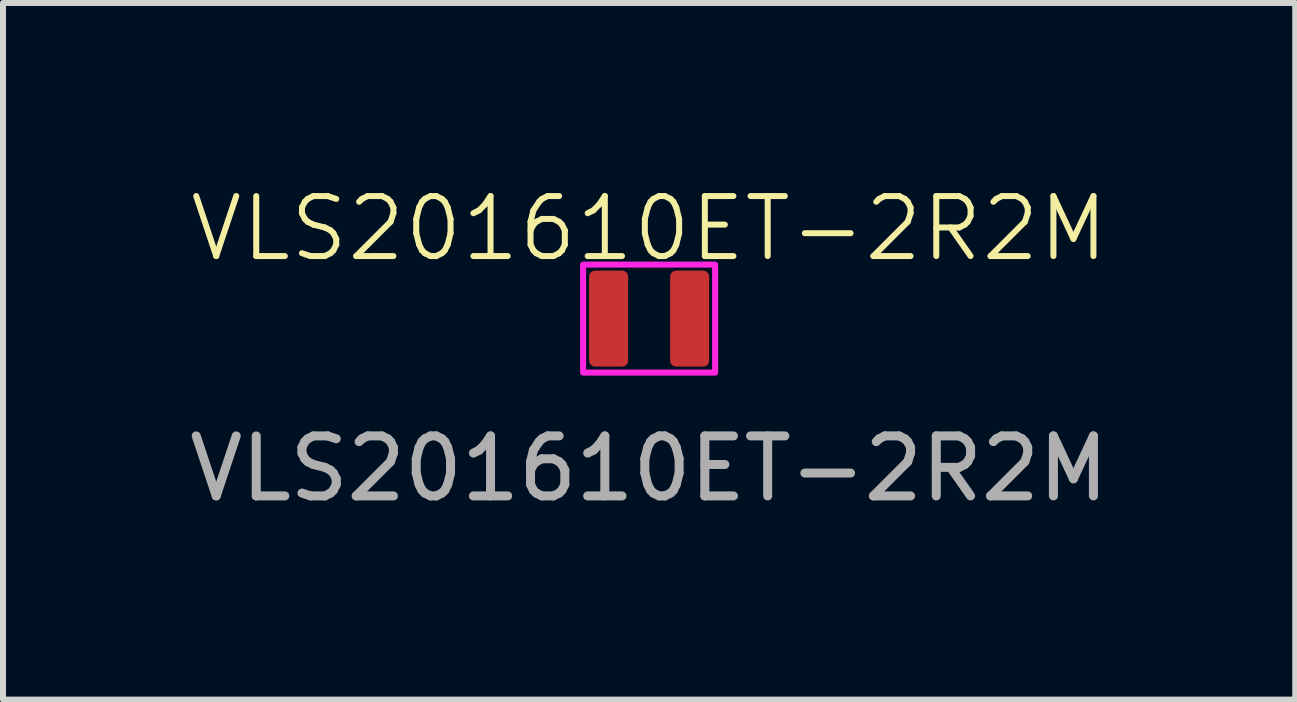
<source format=kicad_pcb>
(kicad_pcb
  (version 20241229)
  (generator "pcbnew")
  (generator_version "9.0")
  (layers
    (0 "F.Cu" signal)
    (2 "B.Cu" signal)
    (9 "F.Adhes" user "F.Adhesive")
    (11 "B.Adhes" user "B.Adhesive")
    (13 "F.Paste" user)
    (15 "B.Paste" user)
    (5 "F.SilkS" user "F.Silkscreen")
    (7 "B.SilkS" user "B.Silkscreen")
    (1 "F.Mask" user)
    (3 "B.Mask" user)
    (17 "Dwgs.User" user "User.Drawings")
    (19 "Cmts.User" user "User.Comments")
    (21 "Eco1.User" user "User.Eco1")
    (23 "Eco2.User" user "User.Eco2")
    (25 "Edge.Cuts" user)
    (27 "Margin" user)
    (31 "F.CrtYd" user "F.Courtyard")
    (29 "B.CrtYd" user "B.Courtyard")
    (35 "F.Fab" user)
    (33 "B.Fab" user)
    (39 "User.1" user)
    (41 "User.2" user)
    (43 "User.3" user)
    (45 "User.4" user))
  (footprint "VLS201610ET-2R2M"
    (layer "F.Cu")
    (at 7.768 2.26)
    (property "Reference" "VLS201610ET-2R2M" (at 0 -1.5 0) (unlocked yes) (layer "F.SilkS") (effects (font (size 1 1) (thickness 0.1))))
    (attr smd)
    (fp_rect (start -1.1 -0.9) (end 1.1 0.9) (stroke (width 0.1) (type solid)) (fill no) (layer "F.CrtYd"))
    (fp_text user "${REFERENCE}" (at 0 2.5 0) (unlocked yes) (layer "F.Fab") (effects (font (size 1 1) (thickness 0.15))))
    (pad "1" smd roundrect (at -0.675 0) (size 0.65 1.6) (layers "F.Cu" "F.Mask" "F.Paste") (roundrect_rratio 0.15))
    (pad "2" smd roundrect (at 0.675 0) (size 0.65 1.6) (layers "F.Cu" "F.Mask" "F.Paste") (roundrect_rratio 0.15)))
  (gr_rect
    (start -3 -3)
    (end 18.536 8.609)
    (stroke (width 0.1) (type default))
    (fill no)
    (layer "Edge.Cuts")))
</source>
